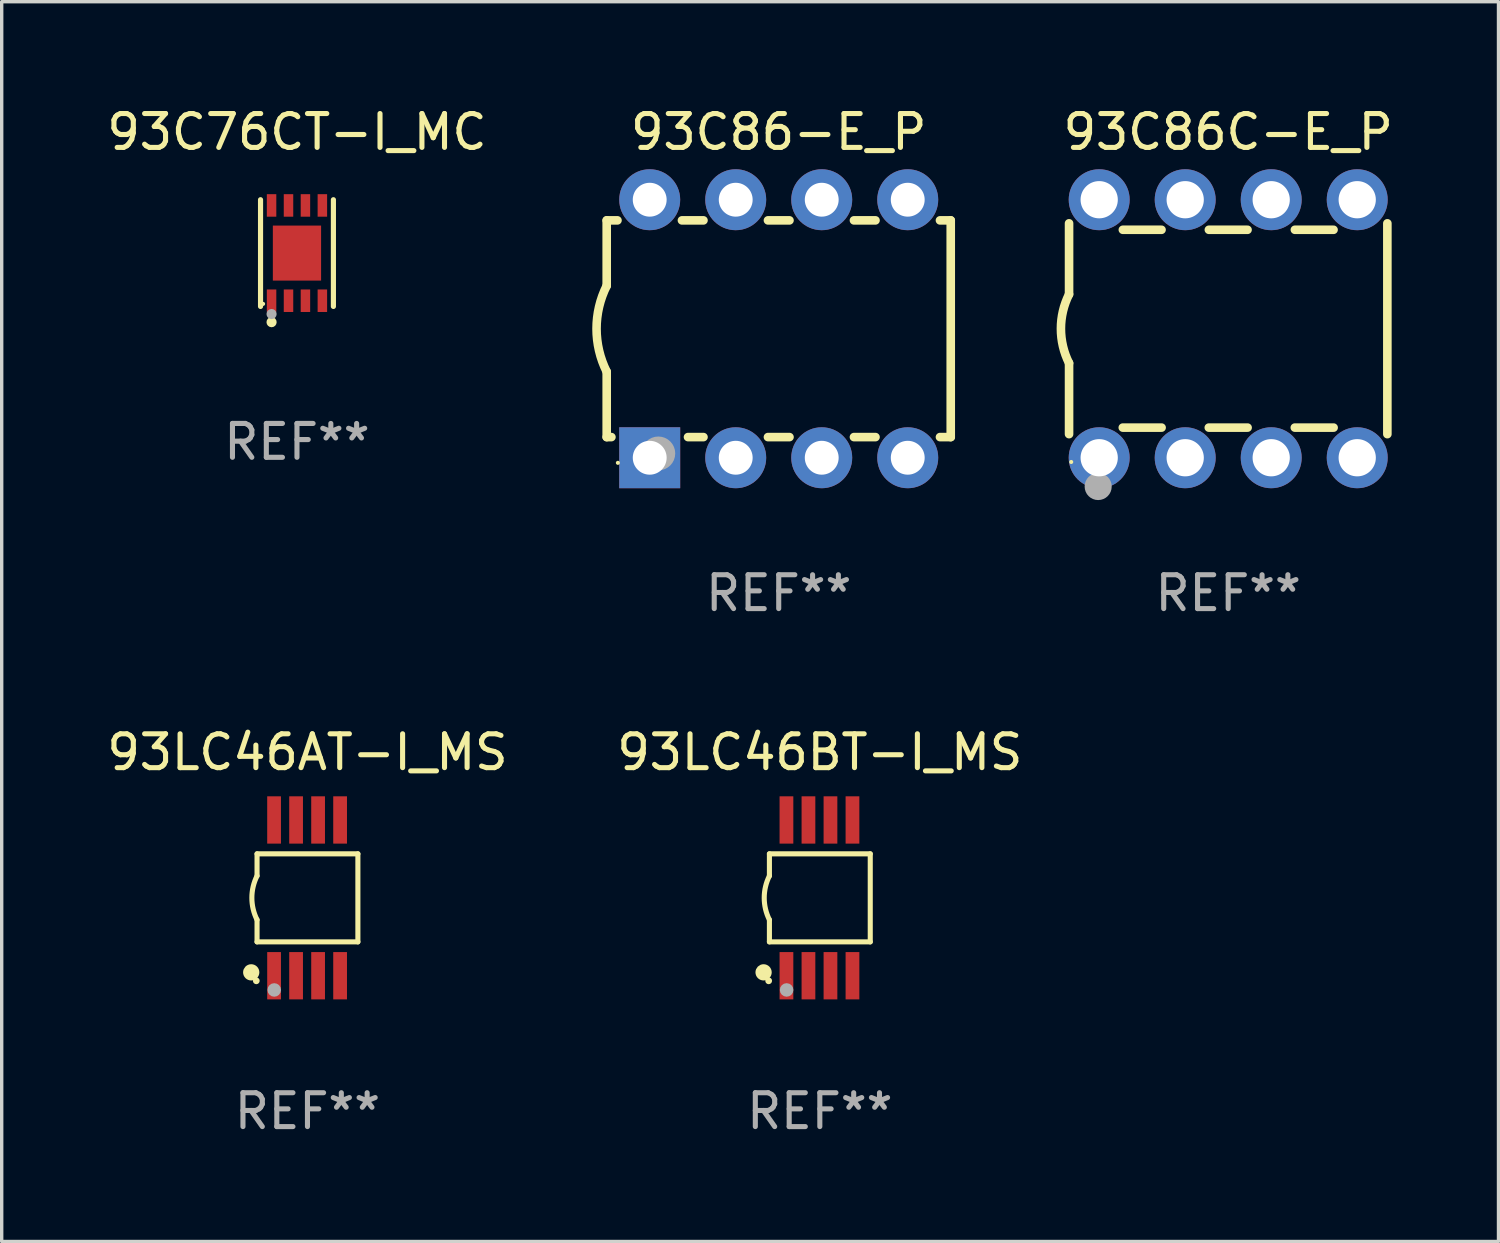
<source format=kicad_pcb>
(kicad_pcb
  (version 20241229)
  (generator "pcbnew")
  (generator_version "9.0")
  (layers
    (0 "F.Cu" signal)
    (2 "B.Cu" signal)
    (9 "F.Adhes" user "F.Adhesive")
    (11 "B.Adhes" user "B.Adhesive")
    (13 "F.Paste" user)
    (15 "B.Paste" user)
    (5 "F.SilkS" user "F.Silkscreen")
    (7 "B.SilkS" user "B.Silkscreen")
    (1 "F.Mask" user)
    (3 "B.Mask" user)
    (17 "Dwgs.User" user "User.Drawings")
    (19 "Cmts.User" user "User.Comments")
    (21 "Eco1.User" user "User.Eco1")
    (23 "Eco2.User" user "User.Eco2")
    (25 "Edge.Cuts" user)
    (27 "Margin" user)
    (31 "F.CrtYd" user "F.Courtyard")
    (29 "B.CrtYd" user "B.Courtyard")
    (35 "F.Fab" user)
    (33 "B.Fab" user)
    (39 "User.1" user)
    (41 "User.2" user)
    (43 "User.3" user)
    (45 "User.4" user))
  (footprint "93C86C-E_P"
    (layer "F.Cu")
    (at 33.221 6.658)
    (property "Reference" "93C86C-E_P" (at 0 -5.81 0) (layer "F.SilkS") (effects (font (size 1 1) (thickness 0.15))))
    (attr through_hole)
    (fp_line (start -4.7 -1.017) (end -4.7 -3.113) (stroke (width 0.254) (type solid)) (layer "F.SilkS"))
    (fp_line (start -4.7 1.015) (end -4.7 3.113) (stroke (width 0.254) (type solid)) (layer "F.SilkS"))
    (fp_line (start -3.113 2.92) (end -1.967 2.92) (stroke (width 0.254) (type solid)) (layer "F.SilkS"))
    (fp_line (start -3.111 -2.922) (end -1.969 -2.922) (stroke (width 0.254) (type solid)) (layer "F.SilkS"))
    (fp_line (start -0.573 2.92) (end 0.573 2.92) (stroke (width 0.254) (type solid)) (layer "F.SilkS"))
    (fp_line (start -0.571 -2.922) (end 0.571 -2.922) (stroke (width 0.254) (type solid)) (layer "F.SilkS"))
    (fp_line (start 1.967 2.92) (end 3.113 2.92) (stroke (width 0.254) (type solid)) (layer "F.SilkS"))
    (fp_line (start 1.969 -2.922) (end 3.111 -2.922) (stroke (width 0.254) (type solid)) (layer "F.SilkS"))
    (fp_line (start 4.7 -3.113) (end 4.7 3.113) (stroke (width 0.254) (type solid)) (layer "F.SilkS"))
    (fp_arc (start -4.7 1.01524) (mid -4.939846 -0.000762) (end -4.7 -1.016764) (stroke (width 0.254001) (type solid)) (layer "F.SilkS"))
    (fp_circle (center -4.636 3.935) (end -4.606 3.935) (stroke (width 0.06) (type solid)) (fill no) (layer "F.SilkS"))
    (fp_circle (center -3.84 4.66) (end -3.64 4.66) (stroke (width 0.4) (type solid)) (fill no) (layer "F.Fab"))
    (fp_text user "REF**" (at 0 7.81 0) (layer "F.Fab") (effects (font (size 1 1) (thickness 0.15))))
    (pad "1" thru_hole circle (at -3.81 3.81) (size 1.8 1.8) (drill 1.1) (layers "*.Cu" "*.Mask"))
    (pad "2" thru_hole circle (at -1.27 3.81) (size 1.8 1.8) (drill 1.1) (layers "*.Cu" "*.Mask"))
    (pad "3" thru_hole circle (at 1.27 3.81) (size 1.8 1.8) (drill 1.1) (layers "*.Cu" "*.Mask"))
    (pad "4" thru_hole circle (at 3.81 3.81) (size 1.8 1.8) (drill 1.1) (layers "*.Cu" "*.Mask"))
    (pad "5" thru_hole circle (at 3.81 -3.81) (size 1.8 1.8) (drill 1.1) (layers "*.Cu" "*.Mask"))
    (pad "6" thru_hole circle (at 1.27 -3.81) (size 1.8 1.8) (drill 1.1) (layers "*.Cu" "*.Mask"))
    (pad "7" thru_hole circle (at -1.27 -3.81) (size 1.8 1.8) (drill 1.1) (layers "*.Cu" "*.Mask"))
    (pad "8" thru_hole circle (at -3.81 -3.81) (size 1.8 1.8) (drill 1.1) (layers "*.Cu" "*.Mask")))
  (footprint "93C86-E_P"
    (layer "F.Cu")
    (at 19.947 6.658)
    (property "Reference" "93C86-E_P" (at 0 -5.81 0) (layer "F.SilkS") (effects (font (size 1 1) (thickness 0.15))))
    (attr through_hole)
    (fp_line (start -5.08 -3.2) (end -4.762 -3.2) (stroke (width 0.254) (type solid)) (layer "F.SilkS"))
    (fp_line (start -5.08 -1.27) (end -5.08 -3.2) (stroke (width 0.254) (type solid)) (layer "F.SilkS"))
    (fp_line (start -5.08 3.2) (end -5.08 1.27) (stroke (width 0.254) (type solid)) (layer "F.SilkS"))
    (fp_line (start -5.08 3.2) (end -4.941 3.2) (stroke (width 0.254) (type solid)) (layer "F.SilkS"))
    (fp_line (start -2.858 -3.2) (end -2.222 -3.2) (stroke (width 0.254) (type solid)) (layer "F.SilkS"))
    (fp_line (start -2.679 3.2) (end -2.222 3.2) (stroke (width 0.254) (type solid)) (layer "F.SilkS"))
    (fp_line (start -0.318 -3.2) (end 0.318 -3.2) (stroke (width 0.254) (type solid)) (layer "F.SilkS"))
    (fp_line (start -0.318 3.2) (end 0.318 3.2) (stroke (width 0.254) (type solid)) (layer "F.SilkS"))
    (fp_line (start 2.222 -3.2) (end 2.858 -3.2) (stroke (width 0.254) (type solid)) (layer "F.SilkS"))
    (fp_line (start 2.222 3.2) (end 2.858 3.2) (stroke (width 0.254) (type solid)) (layer "F.SilkS"))
    (fp_line (start 4.762 -3.2) (end 5.08 -3.2) (stroke (width 0.254) (type solid)) (layer "F.SilkS"))
    (fp_line (start 4.762 3.2) (end 5.08 3.2) (stroke (width 0.254) (type solid)) (layer "F.SilkS"))
    (fp_line (start 5.08 3.2) (end 5.08 -3.2) (stroke (width 0.254) (type solid)) (layer "F.SilkS"))
    (fp_arc (start -5.080011 1.270002) (mid -5.379818 -0.000001) (end -5.08001 -1.270003) (stroke (width 0.254001) (type solid)) (layer "F.SilkS"))
    (fp_circle (center -4.75 3.96) (end -4.72 3.96) (stroke (width 0.06) (type solid)) (fill no) (layer "F.SilkS"))
    (fp_circle (center -3.556 3.683) (end -3.306 3.683) (stroke (width 0.5) (type solid)) (fill no) (layer "F.Fab"))
    (fp_text user "REF**" (at 0 7.81 0) (layer "F.Fab") (effects (font (size 1 1) (thickness 0.15))))
    (pad "1" thru_hole rect (at -3.81 3.81) (size 1.8 1.8) (drill 1) (layers "*.Cu" "*.Mask"))
    (pad "2" thru_hole circle (at -1.27 3.81) (size 1.8 1.8) (drill 1) (layers "*.Cu" "*.Mask"))
    (pad "3" thru_hole circle (at 1.27 3.81) (size 1.8 1.8) (drill 1) (layers "*.Cu" "*.Mask"))
    (pad "4" thru_hole circle (at 3.81 3.81) (size 1.8 1.8) (drill 1) (layers "*.Cu" "*.Mask"))
    (pad "5" thru_hole circle (at 3.81 -3.81) (size 1.8 1.8) (drill 1) (layers "*.Cu" "*.Mask"))
    (pad "6" thru_hole circle (at 1.27 -3.81) (size 1.8 1.8) (drill 1) (layers "*.Cu" "*.Mask"))
    (pad "7" thru_hole circle (at -1.27 -3.81) (size 1.8 1.8) (drill 1) (layers "*.Cu" "*.Mask"))
    (pad "8" thru_hole circle (at -3.81 -3.81) (size 1.8 1.8) (drill 1) (layers "*.Cu" "*.Mask")))
  (footprint "93LC46AT-I_MS"
    (layer "F.Cu")
    (at 6.03 23.465)
    (property "Reference" "93LC46AT-I_MS" (at 0 -4.3 0) (layer "F.SilkS") (effects (font (size 1 1) (thickness 0.15))))
    (attr through_hole)
    (fp_line (start -1.489 -1.3) (end -1.489 -0.648) (stroke (width 0.15) (type solid)) (layer "F.SilkS"))
    (fp_line (start -1.489 0.648) (end -1.489 1.3) (stroke (width 0.15) (type solid)) (layer "F.SilkS"))
    (fp_line (start -1.489 1.3) (end 1.489 1.3) (stroke (width 0.15) (type solid)) (layer "F.SilkS"))
    (fp_line (start 1.489 -1.3) (end -1.489 -1.3) (stroke (width 0.15) (type solid)) (layer "F.SilkS"))
    (fp_line (start 1.489 1.3) (end 1.489 -1.3) (stroke (width 0.15) (type solid)) (layer "F.SilkS"))
    (fp_arc (start -1.489205 0.647702) (mid -1.642107 0) (end -1.489205 -0.647701) (stroke (width 0.150013) (type solid)) (layer "F.SilkS"))
    (fp_circle (center -1.661 2.2) (end -1.541 2.2) (stroke (width 0.24) (type solid)) (fill no) (layer "F.SilkS"))
    (fp_circle (center -1.511 2.45) (end -1.461 2.45) (stroke (width 0.1) (type solid)) (fill no) (layer "F.SilkS"))
    (fp_circle (center -0.981 2.72) (end -0.881 2.72) (stroke (width 0.2) (type solid)) (fill no) (layer "F.Fab"))
    (fp_text user "REF**" (at 0 6.3 0) (layer "F.Fab") (effects (font (size 1 1) (thickness 0.15))))
    (pad "1" smd rect (at -0.986 2.3) (size 0.406 1.397) (layers "F.Cu" "F.Mask" "F.Paste"))
    (pad "2" smd rect (at -0.336 2.3) (size 0.406 1.397) (layers "F.Cu" "F.Mask" "F.Paste"))
    (pad "3" smd rect (at 0.314 2.3) (size 0.406 1.397) (layers "F.Cu" "F.Mask" "F.Paste"))
    (pad "4" smd rect (at 0.964 2.3) (size 0.406 1.397) (layers "F.Cu" "F.Mask" "F.Paste"))
    (pad "5" smd rect (at 0.964 -2.3) (size 0.406 1.397) (layers "F.Cu" "F.Mask" "F.Paste"))
    (pad "6" smd rect (at 0.314 -2.3) (size 0.406 1.397) (layers "F.Cu" "F.Mask" "F.Paste"))
    (pad "7" smd rect (at -0.336 -2.3) (size 0.406 1.397) (layers "F.Cu" "F.Mask" "F.Paste"))
    (pad "8" smd rect (at -0.986 -2.3) (size 0.406 1.397) (layers "F.Cu" "F.Mask" "F.Paste")))
  (footprint "93LC46BT-I_MS"
    (layer "F.Cu")
    (at 21.161 23.465)
    (property "Reference" "93LC46BT-I_MS" (at 0 -4.3 0) (layer "F.SilkS") (effects (font (size 1 1) (thickness 0.15))))
    (attr through_hole)
    (fp_line (start -1.489 -1.3) (end -1.489 -0.648) (stroke (width 0.15) (type solid)) (layer "F.SilkS"))
    (fp_line (start -1.489 0.648) (end -1.489 1.3) (stroke (width 0.15) (type solid)) (layer "F.SilkS"))
    (fp_line (start -1.489 1.3) (end 1.489 1.3) (stroke (width 0.15) (type solid)) (layer "F.SilkS"))
    (fp_line (start 1.489 -1.3) (end -1.489 -1.3) (stroke (width 0.15) (type solid)) (layer "F.SilkS"))
    (fp_line (start 1.489 1.3) (end 1.489 -1.3) (stroke (width 0.15) (type solid)) (layer "F.SilkS"))
    (fp_arc (start -1.489205 0.647702) (mid -1.642107 0) (end -1.489205 -0.647701) (stroke (width 0.150013) (type solid)) (layer "F.SilkS"))
    (fp_circle (center -1.661 2.2) (end -1.541 2.2) (stroke (width 0.24) (type solid)) (fill no) (layer "F.SilkS"))
    (fp_circle (center -1.511 2.45) (end -1.461 2.45) (stroke (width 0.1) (type solid)) (fill no) (layer "F.SilkS"))
    (fp_circle (center -0.981 2.72) (end -0.881 2.72) (stroke (width 0.2) (type solid)) (fill no) (layer "F.Fab"))
    (fp_text user "REF**" (at 0 6.3 0) (layer "F.Fab") (effects (font (size 1 1) (thickness 0.15))))
    (pad "1" smd rect (at -0.986 2.3) (size 0.406 1.397) (layers "F.Cu" "F.Mask" "F.Paste"))
    (pad "2" smd rect (at -0.336 2.3) (size 0.406 1.397) (layers "F.Cu" "F.Mask" "F.Paste"))
    (pad "3" smd rect (at 0.314 2.3) (size 0.406 1.397) (layers "F.Cu" "F.Mask" "F.Paste"))
    (pad "4" smd rect (at 0.964 2.3) (size 0.406 1.397) (layers "F.Cu" "F.Mask" "F.Paste"))
    (pad "5" smd rect (at 0.964 -2.3) (size 0.406 1.397) (layers "F.Cu" "F.Mask" "F.Paste"))
    (pad "6" smd rect (at 0.314 -2.3) (size 0.406 1.397) (layers "F.Cu" "F.Mask" "F.Paste"))
    (pad "7" smd rect (at -0.336 -2.3) (size 0.406 1.397) (layers "F.Cu" "F.Mask" "F.Paste"))
    (pad "8" smd rect (at -0.986 -2.3) (size 0.406 1.397) (layers "F.Cu" "F.Mask" "F.Paste")))
  (footprint "93C76CT-I_MC"
    (layer "F.Cu")
    (at 5.72 4.424)
    (property "Reference" "93C76CT-I_MC" (at 0 -3.576 0) (layer "F.SilkS") (effects (font (size 1 1) (thickness 0.15))))
    (attr through_hole)
    (fp_line (start -1.076 1.576) (end -1.076 -1.576) (stroke (width 0.152) (type solid)) (layer "F.SilkS"))
    (fp_line (start 1.076 1.576) (end 1.076 -1.576) (stroke (width 0.152) (type solid)) (layer "F.SilkS"))
    (fp_circle (center -1 1.5) (end -0.97 1.5) (stroke (width 0.06) (type solid)) (fill no) (layer "F.SilkS"))
    (fp_circle (center -0.75 2.04) (end -0.675 2.04) (stroke (width 0.15) (type solid)) (fill no) (layer "F.SilkS"))
    (fp_circle (center -0.75 1.8) (end -0.675 1.8) (stroke (width 0.15) (type solid)) (fill no) (layer "F.Fab"))
    (fp_text user "REF**" (at 0 5.576 0) (layer "F.Fab") (effects (font (size 1 1) (thickness 0.15))))
    (pad "1" smd rect (at -0.75 1.407) (size 0.28 0.665) (layers "F.Cu" "F.Mask" "F.Paste"))
    (pad "2" smd rect (at -0.25 1.407) (size 0.28 0.665) (layers "F.Cu" "F.Mask" "F.Paste"))
    (pad "3" smd rect (at 0.25 1.407) (size 0.28 0.665) (layers "F.Cu" "F.Mask" "F.Paste"))
    (pad "4" smd rect (at 0.75 1.407) (size 0.28 0.665) (layers "F.Cu" "F.Mask" "F.Paste"))
    (pad "5" smd rect (at 0.75 -1.407) (size 0.28 0.665) (layers "F.Cu" "F.Mask" "F.Paste"))
    (pad "6" smd rect (at 0.25 -1.407) (size 0.28 0.665) (layers "F.Cu" "F.Mask" "F.Paste"))
    (pad "7" smd rect (at -0.25 -1.407) (size 0.28 0.665) (layers "F.Cu" "F.Mask" "F.Paste"))
    (pad "8" smd rect (at -0.75 -1.407) (size 0.28 0.665) (layers "F.Cu" "F.Mask" "F.Paste"))
    (pad "9" smd rect (at 0 0) (size 1.425 1.625) (layers "F.Cu" "F.Mask" "F.Paste")))
  (gr_rect
    (start -3 -3)
    (end 41.203 33.613)
    (stroke (width 0.1) (type default))
    (fill no)
    (layer "Edge.Cuts")))
</source>
